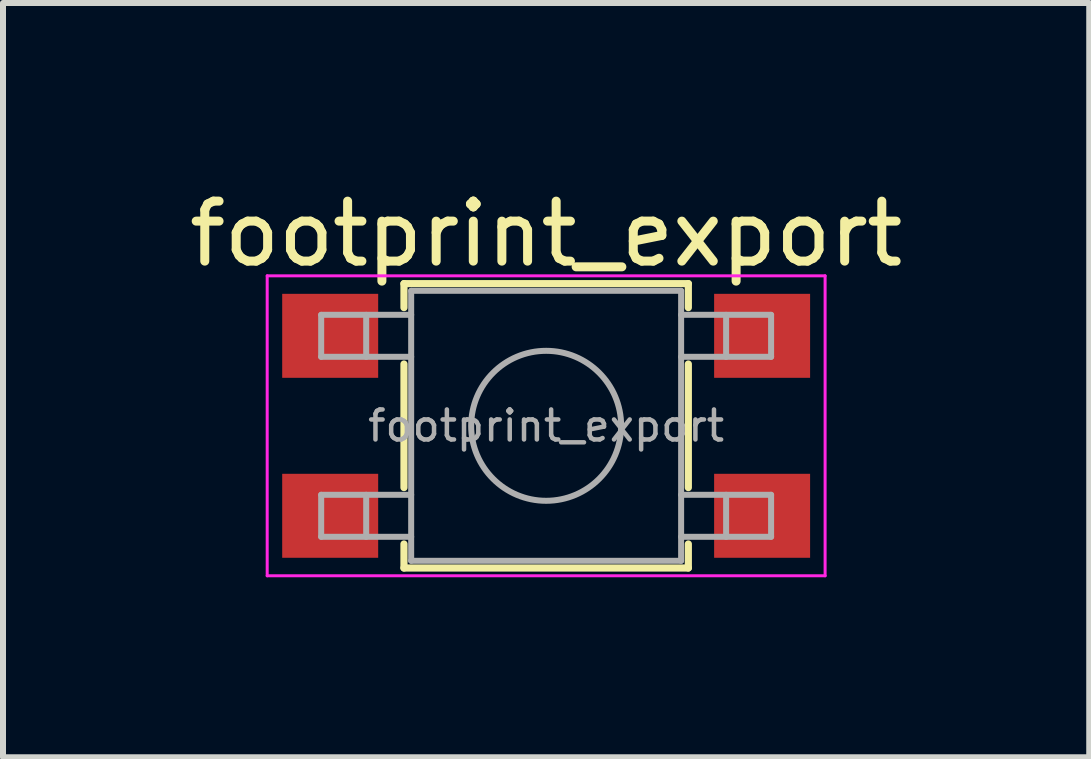
<source format=kicad_pcb>
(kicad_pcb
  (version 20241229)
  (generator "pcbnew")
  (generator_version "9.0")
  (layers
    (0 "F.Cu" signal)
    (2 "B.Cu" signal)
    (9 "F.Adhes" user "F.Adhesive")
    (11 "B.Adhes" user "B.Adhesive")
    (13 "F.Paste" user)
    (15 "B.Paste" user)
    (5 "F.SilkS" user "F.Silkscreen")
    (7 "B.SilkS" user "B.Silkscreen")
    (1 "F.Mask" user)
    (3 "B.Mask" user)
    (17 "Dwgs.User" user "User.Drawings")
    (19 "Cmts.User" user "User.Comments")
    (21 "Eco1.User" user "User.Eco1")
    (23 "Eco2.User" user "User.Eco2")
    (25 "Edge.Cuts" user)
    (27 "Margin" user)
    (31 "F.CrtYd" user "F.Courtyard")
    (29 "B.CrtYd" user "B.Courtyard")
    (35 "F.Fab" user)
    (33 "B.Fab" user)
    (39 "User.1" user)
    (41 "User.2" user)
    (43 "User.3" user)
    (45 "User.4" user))
  (footprint "footprint_export"
    (layer "F.Cu")
    (at 6.054 4.048)
    (property "Reference" "footprint_export" (at 0 -3.2 0) (layer "F.SilkS") (effects (font (size 1 1) (thickness 0.15))))
    (attr smd)
    (fp_line (start -2.37 -2.37) (end -2.37 -1.97) (stroke (width 0.12) (type solid)) (layer "F.SilkS"))
    (fp_line (start -2.37 -2.37) (end 2.37 -2.37) (stroke (width 0.12) (type solid)) (layer "F.SilkS"))
    (fp_line (start -2.37 1.03) (end -2.37 -1.03) (stroke (width 0.12) (type solid)) (layer "F.SilkS"))
    (fp_line (start -2.37 2.37) (end -2.37 1.97) (stroke (width 0.12) (type solid)) (layer "F.SilkS"))
    (fp_line (start -2.37 2.37) (end 2.37 2.37) (stroke (width 0.12) (type solid)) (layer "F.SilkS"))
    (fp_line (start 2.37 -2.37) (end 2.37 -1.97) (stroke (width 0.12) (type solid)) (layer "F.SilkS"))
    (fp_line (start 2.37 1.03) (end 2.37 -1.03) (stroke (width 0.12) (type solid)) (layer "F.SilkS"))
    (fp_line (start 2.37 2.37) (end 2.37 1.97) (stroke (width 0.12) (type solid)) (layer "F.SilkS"))
    (fp_line (start -4.65 -2.5) (end 4.65 -2.5) (stroke (width 0.05) (type solid)) (layer "F.CrtYd"))
    (fp_line (start -4.65 2.5) (end -4.65 -2.5) (stroke (width 0.05) (type solid)) (layer "F.CrtYd"))
    (fp_line (start 4.65 -2.5) (end 4.65 2.5) (stroke (width 0.05) (type solid)) (layer "F.CrtYd"))
    (fp_line (start 4.65 2.5) (end -4.65 2.5) (stroke (width 0.05) (type solid)) (layer "F.CrtYd"))
    (fp_line (start -3.75 -1.85) (end -3.75 -1.15) (stroke (width 0.1) (type solid)) (layer "F.Fab"))
    (fp_line (start -3.75 -1.15) (end -2.25 -1.15) (stroke (width 0.1) (type solid)) (layer "F.Fab"))
    (fp_line (start -3.75 1.15) (end -3.75 1.85) (stroke (width 0.1) (type solid)) (layer "F.Fab"))
    (fp_line (start -3.75 1.85) (end -2.25 1.85) (stroke (width 0.1) (type solid)) (layer "F.Fab"))
    (fp_line (start -3 -1.85) (end -3 -1.15) (stroke (width 0.1) (type solid)) (layer "F.Fab"))
    (fp_line (start -3 1.15) (end -3 1.85) (stroke (width 0.1) (type solid)) (layer "F.Fab"))
    (fp_line (start -2.25 -2.25) (end 2.25 -2.25) (stroke (width 0.1) (type solid)) (layer "F.Fab"))
    (fp_line (start -2.25 -1.85) (end -3.75 -1.85) (stroke (width 0.1) (type solid)) (layer "F.Fab"))
    (fp_line (start -2.25 1.15) (end -3.75 1.15) (stroke (width 0.1) (type solid)) (layer "F.Fab"))
    (fp_line (start -2.25 2.25) (end -2.25 -2.25) (stroke (width 0.1) (type solid)) (layer "F.Fab"))
    (fp_line (start 2.25 -2.25) (end 2.25 2.25) (stroke (width 0.1) (type solid)) (layer "F.Fab"))
    (fp_line (start 2.25 -1.15) (end 3.75 -1.15) (stroke (width 0.1) (type solid)) (layer "F.Fab"))
    (fp_line (start 2.25 1.15) (end 3.75 1.15) (stroke (width 0.1) (type solid)) (layer "F.Fab"))
    (fp_line (start 2.25 2.25) (end -2.25 2.25) (stroke (width 0.1) (type solid)) (layer "F.Fab"))
    (fp_line (start 3 -1.85) (end 3 -1.15) (stroke (width 0.1) (type solid)) (layer "F.Fab"))
    (fp_line (start 3 1.15) (end 3 1.85) (stroke (width 0.1) (type solid)) (layer "F.Fab"))
    (fp_line (start 3.75 -1.85) (end 2.25 -1.85) (stroke (width 0.1) (type solid)) (layer "F.Fab"))
    (fp_line (start 3.75 -1.15) (end 3.75 -1.85) (stroke (width 0.1) (type solid)) (layer "F.Fab"))
    (fp_line (start 3.75 1.15) (end 3.75 1.85) (stroke (width 0.1) (type solid)) (layer "F.Fab"))
    (fp_line (start 3.75 1.85) (end 2.25 1.85) (stroke (width 0.1) (type solid)) (layer "F.Fab"))
    (fp_circle (center 0 0) (end 1.25 0) (stroke (width 0.1) (type solid)) (fill no) (layer "F.Fab"))
    (fp_text user "${REFERENCE}" (at 0 0 0) (layer "F.Fab") (effects (font (size 0.5 0.5) (thickness 0.075))))
    (pad "1" smd rect (at -3.6 -1.5) (size 1.6 1.4) (layers "F.Cu" "F.Mask" "F.Paste"))
    (pad "1" smd rect (at 3.6 -1.5) (size 1.6 1.4) (layers "F.Cu" "F.Mask" "F.Paste"))
    (pad "2" smd rect (at -3.6 1.5) (size 1.6 1.4) (layers "F.Cu" "F.Mask" "F.Paste"))
    (pad "2" smd rect (at 3.6 1.5) (size 1.6 1.4) (layers "F.Cu" "F.Mask" "F.Paste")))
  (gr_rect
    (start -3 -3)
    (end 15.107 9.573)
    (stroke (width 0.1) (type default))
    (fill no)
    (layer "Edge.Cuts")))
</source>
